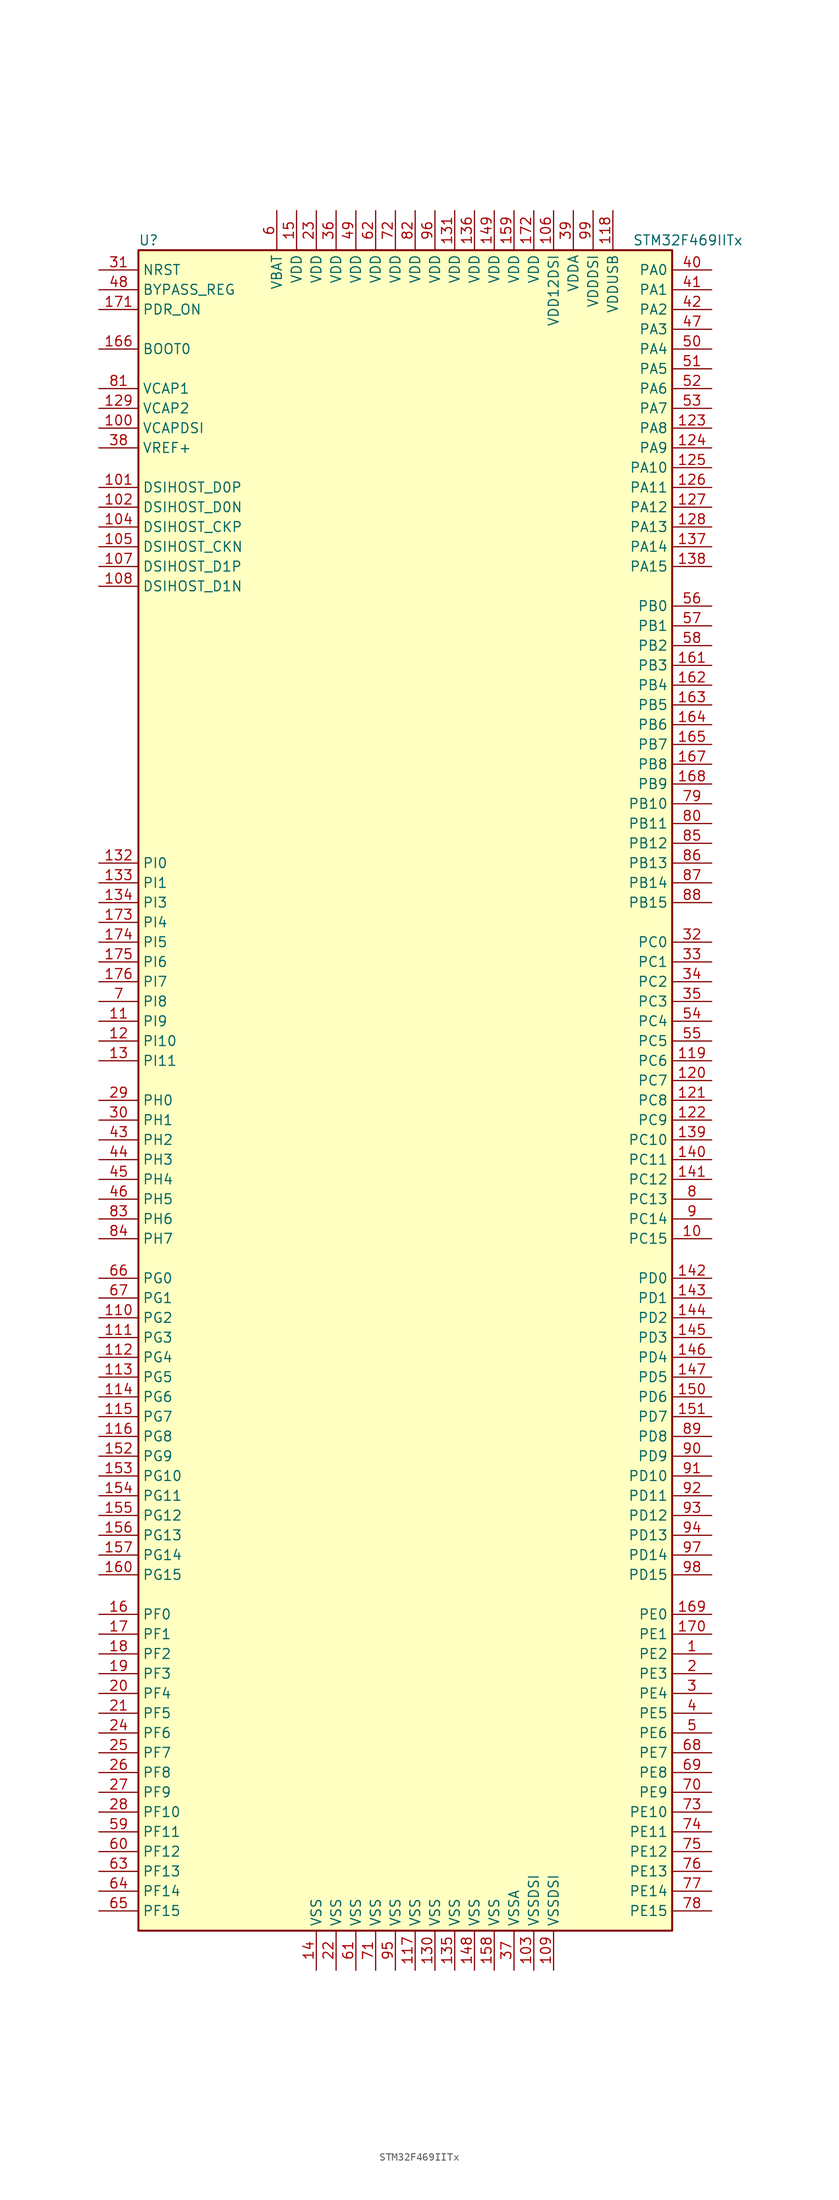
<source format=kicad_sym>
(kicad_symbol_lib
  (version 20211014)
  (generator kicad_symbol_editor)
  (symbol "STM32F469IITx"
    (property "Reference" "U"
      (at -35.56 107.95 0)
      (effects (font (size 1.27 1.27)) (justify left)))
    (property "Value" "STM32F469IITx"
      (at 27.94 107.95 0)
      (effects (font (size 1.27 1.27)) (justify left)))
    (symbol "STM32F469IITx_0_1"
      (rectangle (start -35.56 -109.22) (end 33.02 106.68) (stroke (width 0.254) (type default) (color 0 0 0 0)) (fill (type background))))
    (symbol "STM32F469IITx_1_1"
      (pin bidirectional line (at 38.1 -73.66 180) (length 5.08) (name "PE2" (effects (font (size 1.27 1.27)))) (number "1" (effects (font (size 1.27 1.27)))))
      (pin bidirectional line (at 38.1 -20.32 180) (length 5.08) (name "PC15" (effects (font (size 1.27 1.27)))) (number "10" (effects (font (size 1.27 1.27)))))
      (pin power_in line (at -40.64 83.82 0) (length 5.08) (name "VCAPDSI" (effects (font (size 1.27 1.27)))) (number "100" (effects (font (size 1.27 1.27)))))
      (pin bidirectional line (at -40.64 76.2 0) (length 5.08) (name "DSIHOST_D0P" (effects (font (size 1.27 1.27)))) (number "101" (effects (font (size 1.27 1.27)))))
      (pin bidirectional line (at -40.64 73.66 0) (length 5.08) (name "DSIHOST_D0N" (effects (font (size 1.27 1.27)))) (number "102" (effects (font (size 1.27 1.27)))))
      (pin power_in line (at 15.24 -114.3 90) (length 5.08) (name "VSSDSI" (effects (font (size 1.27 1.27)))) (number "103" (effects (font (size 1.27 1.27)))))
      (pin bidirectional line (at -40.64 71.12 0) (length 5.08) (name "DSIHOST_CKP" (effects (font (size 1.27 1.27)))) (number "104" (effects (font (size 1.27 1.27)))))
      (pin bidirectional line (at -40.64 68.58 0) (length 5.08) (name "DSIHOST_CKN" (effects (font (size 1.27 1.27)))) (number "105" (effects (font (size 1.27 1.27)))))
      (pin power_in line (at 17.78 111.76 270) (length 5.08) (name "VDD12DSI" (effects (font (size 1.27 1.27)))) (number "106" (effects (font (size 1.27 1.27)))))
      (pin bidirectional line (at -40.64 66.04 0) (length 5.08) (name "DSIHOST_D1P" (effects (font (size 1.27 1.27)))) (number "107" (effects (font (size 1.27 1.27)))))
      (pin bidirectional line (at -40.64 63.5 0) (length 5.08) (name "DSIHOST_D1N" (effects (font (size 1.27 1.27)))) (number "108" (effects (font (size 1.27 1.27)))))
      (pin power_in line (at 17.78 -114.3 90) (length 5.08) (name "VSSDSI" (effects (font (size 1.27 1.27)))) (number "109" (effects (font (size 1.27 1.27)))))
      (pin bidirectional line (at -40.64 7.62 0) (length 5.08) (name "PI9" (effects (font (size 1.27 1.27)))) (number "11" (effects (font (size 1.27 1.27)))))
      (pin bidirectional line (at -40.64 -30.48 0) (length 5.08) (name "PG2" (effects (font (size 1.27 1.27)))) (number "110" (effects (font (size 1.27 1.27)))))
      (pin bidirectional line (at -40.64 -33.02 0) (length 5.08) (name "PG3" (effects (font (size 1.27 1.27)))) (number "111" (effects (font (size 1.27 1.27)))))
      (pin bidirectional line (at -40.64 -35.56 0) (length 5.08) (name "PG4" (effects (font (size 1.27 1.27)))) (number "112" (effects (font (size 1.27 1.27)))))
      (pin bidirectional line (at -40.64 -38.1 0) (length 5.08) (name "PG5" (effects (font (size 1.27 1.27)))) (number "113" (effects (font (size 1.27 1.27)))))
      (pin bidirectional line (at -40.64 -40.64 0) (length 5.08) (name "PG6" (effects (font (size 1.27 1.27)))) (number "114" (effects (font (size 1.27 1.27)))))
      (pin bidirectional line (at -40.64 -43.18 0) (length 5.08) (name "PG7" (effects (font (size 1.27 1.27)))) (number "115" (effects (font (size 1.27 1.27)))))
      (pin bidirectional line (at -40.64 -45.72 0) (length 5.08) (name "PG8" (effects (font (size 1.27 1.27)))) (number "116" (effects (font (size 1.27 1.27)))))
      (pin power_in line (at 0 -114.3 90) (length 5.08) (name "VSS" (effects (font (size 1.27 1.27)))) (number "117" (effects (font (size 1.27 1.27)))))
      (pin power_in line (at 25.4 111.76 270) (length 5.08) (name "VDDUSB" (effects (font (size 1.27 1.27)))) (number "118" (effects (font (size 1.27 1.27)))))
      (pin bidirectional line (at 38.1 2.54 180) (length 5.08) (name "PC6" (effects (font (size 1.27 1.27)))) (number "119" (effects (font (size 1.27 1.27)))))
      (pin bidirectional line (at -40.64 5.08 0) (length 5.08) (name "PI10" (effects (font (size 1.27 1.27)))) (number "12" (effects (font (size 1.27 1.27)))))
      (pin bidirectional line (at 38.1 0 180) (length 5.08) (name "PC7" (effects (font (size 1.27 1.27)))) (number "120" (effects (font (size 1.27 1.27)))))
      (pin bidirectional line (at 38.1 -2.54 180) (length 5.08) (name "PC8" (effects (font (size 1.27 1.27)))) (number "121" (effects (font (size 1.27 1.27)))))
      (pin bidirectional line (at 38.1 -5.08 180) (length 5.08) (name "PC9" (effects (font (size 1.27 1.27)))) (number "122" (effects (font (size 1.27 1.27)))))
      (pin bidirectional line (at 38.1 83.82 180) (length 5.08) (name "PA8" (effects (font (size 1.27 1.27)))) (number "123" (effects (font (size 1.27 1.27)))))
      (pin bidirectional line (at 38.1 81.28 180) (length 5.08) (name "PA9" (effects (font (size 1.27 1.27)))) (number "124" (effects (font (size 1.27 1.27)))))
      (pin bidirectional line (at 38.1 78.74 180) (length 5.08) (name "PA10" (effects (font (size 1.27 1.27)))) (number "125" (effects (font (size 1.27 1.27)))))
      (pin bidirectional line (at 38.1 76.2 180) (length 5.08) (name "PA11" (effects (font (size 1.27 1.27)))) (number "126" (effects (font (size 1.27 1.27)))))
      (pin bidirectional line (at 38.1 73.66 180) (length 5.08) (name "PA12" (effects (font (size 1.27 1.27)))) (number "127" (effects (font (size 1.27 1.27)))))
      (pin bidirectional line (at 38.1 71.12 180) (length 5.08) (name "PA13" (effects (font (size 1.27 1.27)))) (number "128" (effects (font (size 1.27 1.27)))))
      (pin power_in line (at -40.64 86.36 0) (length 5.08) (name "VCAP2" (effects (font (size 1.27 1.27)))) (number "129" (effects (font (size 1.27 1.27)))))
      (pin bidirectional line (at -40.64 2.54 0) (length 5.08) (name "PI11" (effects (font (size 1.27 1.27)))) (number "13" (effects (font (size 1.27 1.27)))))
      (pin power_in line (at 2.54 -114.3 90) (length 5.08) (name "VSS" (effects (font (size 1.27 1.27)))) (number "130" (effects (font (size 1.27 1.27)))))
      (pin power_in line (at 5.08 111.76 270) (length 5.08) (name "VDD" (effects (font (size 1.27 1.27)))) (number "131" (effects (font (size 1.27 1.27)))))
      (pin bidirectional line (at -40.64 27.94 0) (length 5.08) (name "PI0" (effects (font (size 1.27 1.27)))) (number "132" (effects (font (size 1.27 1.27)))))
      (pin bidirectional line (at -40.64 25.4 0) (length 5.08) (name "PI1" (effects (font (size 1.27 1.27)))) (number "133" (effects (font (size 1.27 1.27)))))
      (pin bidirectional line (at -40.64 22.86 0) (length 5.08) (name "PI3" (effects (font (size 1.27 1.27)))) (number "134" (effects (font (size 1.27 1.27)))))
      (pin power_in line (at 5.08 -114.3 90) (length 5.08) (name "VSS" (effects (font (size 1.27 1.27)))) (number "135" (effects (font (size 1.27 1.27)))))
      (pin power_in line (at 7.62 111.76 270) (length 5.08) (name "VDD" (effects (font (size 1.27 1.27)))) (number "136" (effects (font (size 1.27 1.27)))))
      (pin bidirectional line (at 38.1 68.58 180) (length 5.08) (name "PA14" (effects (font (size 1.27 1.27)))) (number "137" (effects (font (size 1.27 1.27)))))
      (pin bidirectional line (at 38.1 66.04 180) (length 5.08) (name "PA15" (effects (font (size 1.27 1.27)))) (number "138" (effects (font (size 1.27 1.27)))))
      (pin bidirectional line (at 38.1 -7.62 180) (length 5.08) (name "PC10" (effects (font (size 1.27 1.27)))) (number "139" (effects (font (size 1.27 1.27)))))
      (pin power_in line (at -12.7 -114.3 90) (length 5.08) (name "VSS" (effects (font (size 1.27 1.27)))) (number "14" (effects (font (size 1.27 1.27)))))
      (pin bidirectional line (at 38.1 -10.16 180) (length 5.08) (name "PC11" (effects (font (size 1.27 1.27)))) (number "140" (effects (font (size 1.27 1.27)))))
      (pin bidirectional line (at 38.1 -12.7 180) (length 5.08) (name "PC12" (effects (font (size 1.27 1.27)))) (number "141" (effects (font (size 1.27 1.27)))))
      (pin bidirectional line (at 38.1 -25.4 180) (length 5.08) (name "PD0" (effects (font (size 1.27 1.27)))) (number "142" (effects (font (size 1.27 1.27)))))
      (pin bidirectional line (at 38.1 -27.94 180) (length 5.08) (name "PD1" (effects (font (size 1.27 1.27)))) (number "143" (effects (font (size 1.27 1.27)))))
      (pin bidirectional line (at 38.1 -30.48 180) (length 5.08) (name "PD2" (effects (font (size 1.27 1.27)))) (number "144" (effects (font (size 1.27 1.27)))))
      (pin bidirectional line (at 38.1 -33.02 180) (length 5.08) (name "PD3" (effects (font (size 1.27 1.27)))) (number "145" (effects (font (size 1.27 1.27)))))
      (pin bidirectional line (at 38.1 -35.56 180) (length 5.08) (name "PD4" (effects (font (size 1.27 1.27)))) (number "146" (effects (font (size 1.27 1.27)))))
      (pin bidirectional line (at 38.1 -38.1 180) (length 5.08) (name "PD5" (effects (font (size 1.27 1.27)))) (number "147" (effects (font (size 1.27 1.27)))))
      (pin power_in line (at 7.62 -114.3 90) (length 5.08) (name "VSS" (effects (font (size 1.27 1.27)))) (number "148" (effects (font (size 1.27 1.27)))))
      (pin power_in line (at 10.16 111.76 270) (length 5.08) (name "VDD" (effects (font (size 1.27 1.27)))) (number "149" (effects (font (size 1.27 1.27)))))
      (pin power_in line (at -15.24 111.76 270) (length 5.08) (name "VDD" (effects (font (size 1.27 1.27)))) (number "15" (effects (font (size 1.27 1.27)))))
      (pin bidirectional line (at 38.1 -40.64 180) (length 5.08) (name "PD6" (effects (font (size 1.27 1.27)))) (number "150" (effects (font (size 1.27 1.27)))))
      (pin bidirectional line (at 38.1 -43.18 180) (length 5.08) (name "PD7" (effects (font (size 1.27 1.27)))) (number "151" (effects (font (size 1.27 1.27)))))
      (pin bidirectional line (at -40.64 -48.26 0) (length 5.08) (name "PG9" (effects (font (size 1.27 1.27)))) (number "152" (effects (font (size 1.27 1.27)))))
      (pin bidirectional line (at -40.64 -50.8 0) (length 5.08) (name "PG10" (effects (font (size 1.27 1.27)))) (number "153" (effects (font (size 1.27 1.27)))))
      (pin bidirectional line (at -40.64 -53.34 0) (length 5.08) (name "PG11" (effects (font (size 1.27 1.27)))) (number "154" (effects (font (size 1.27 1.27)))))
      (pin bidirectional line (at -40.64 -55.88 0) (length 5.08) (name "PG12" (effects (font (size 1.27 1.27)))) (number "155" (effects (font (size 1.27 1.27)))))
      (pin bidirectional line (at -40.64 -58.42 0) (length 5.08) (name "PG13" (effects (font (size 1.27 1.27)))) (number "156" (effects (font (size 1.27 1.27)))))
      (pin bidirectional line (at -40.64 -60.96 0) (length 5.08) (name "PG14" (effects (font (size 1.27 1.27)))) (number "157" (effects (font (size 1.27 1.27)))))
      (pin power_in line (at 10.16 -114.3 90) (length 5.08) (name "VSS" (effects (font (size 1.27 1.27)))) (number "158" (effects (font (size 1.27 1.27)))))
      (pin power_in line (at 12.7 111.76 270) (length 5.08) (name "VDD" (effects (font (size 1.27 1.27)))) (number "159" (effects (font (size 1.27 1.27)))))
      (pin bidirectional line (at -40.64 -68.58 0) (length 5.08) (name "PF0" (effects (font (size 1.27 1.27)))) (number "16" (effects (font (size 1.27 1.27)))))
      (pin bidirectional line (at -40.64 -63.5 0) (length 5.08) (name "PG15" (effects (font (size 1.27 1.27)))) (number "160" (effects (font (size 1.27 1.27)))))
      (pin bidirectional line (at 38.1 53.34 180) (length 5.08) (name "PB3" (effects (font (size 1.27 1.27)))) (number "161" (effects (font (size 1.27 1.27)))))
      (pin bidirectional line (at 38.1 50.8 180) (length 5.08) (name "PB4" (effects (font (size 1.27 1.27)))) (number "162" (effects (font (size 1.27 1.27)))))
      (pin bidirectional line (at 38.1 48.26 180) (length 5.08) (name "PB5" (effects (font (size 1.27 1.27)))) (number "163" (effects (font (size 1.27 1.27)))))
      (pin bidirectional line (at 38.1 45.72 180) (length 5.08) (name "PB6" (effects (font (size 1.27 1.27)))) (number "164" (effects (font (size 1.27 1.27)))))
      (pin bidirectional line (at 38.1 43.18 180) (length 5.08) (name "PB7" (effects (font (size 1.27 1.27)))) (number "165" (effects (font (size 1.27 1.27)))))
      (pin input line (at -40.64 93.98 0) (length 5.08) (name "BOOT0" (effects (font (size 1.27 1.27)))) (number "166" (effects (font (size 1.27 1.27)))))
      (pin bidirectional line (at 38.1 40.64 180) (length 5.08) (name "PB8" (effects (font (size 1.27 1.27)))) (number "167" (effects (font (size 1.27 1.27)))))
      (pin bidirectional line (at 38.1 38.1 180) (length 5.08) (name "PB9" (effects (font (size 1.27 1.27)))) (number "168" (effects (font (size 1.27 1.27)))))
      (pin bidirectional line (at 38.1 -68.58 180) (length 5.08) (name "PE0" (effects (font (size 1.27 1.27)))) (number "169" (effects (font (size 1.27 1.27)))))
      (pin bidirectional line (at -40.64 -71.12 0) (length 5.08) (name "PF1" (effects (font (size 1.27 1.27)))) (number "17" (effects (font (size 1.27 1.27)))))
      (pin bidirectional line (at 38.1 -71.12 180) (length 5.08) (name "PE1" (effects (font (size 1.27 1.27)))) (number "170" (effects (font (size 1.27 1.27)))))
      (pin input line (at -40.64 99.06 0) (length 5.08) (name "PDR_ON" (effects (font (size 1.27 1.27)))) (number "171" (effects (font (size 1.27 1.27)))))
      (pin power_in line (at 15.24 111.76 270) (length 5.08) (name "VDD" (effects (font (size 1.27 1.27)))) (number "172" (effects (font (size 1.27 1.27)))))
      (pin bidirectional line (at -40.64 20.32 0) (length 5.08) (name "PI4" (effects (font (size 1.27 1.27)))) (number "173" (effects (font (size 1.27 1.27)))))
      (pin bidirectional line (at -40.64 17.78 0) (length 5.08) (name "PI5" (effects (font (size 1.27 1.27)))) (number "174" (effects (font (size 1.27 1.27)))))
      (pin bidirectional line (at -40.64 15.24 0) (length 5.08) (name "PI6" (effects (font (size 1.27 1.27)))) (number "175" (effects (font (size 1.27 1.27)))))
      (pin bidirectional line (at -40.64 12.7 0) (length 5.08) (name "PI7" (effects (font (size 1.27 1.27)))) (number "176" (effects (font (size 1.27 1.27)))))
      (pin bidirectional line (at -40.64 -73.66 0) (length 5.08) (name "PF2" (effects (font (size 1.27 1.27)))) (number "18" (effects (font (size 1.27 1.27)))))
      (pin bidirectional line (at -40.64 -76.2 0) (length 5.08) (name "PF3" (effects (font (size 1.27 1.27)))) (number "19" (effects (font (size 1.27 1.27)))))
      (pin bidirectional line (at 38.1 -76.2 180) (length 5.08) (name "PE3" (effects (font (size 1.27 1.27)))) (number "2" (effects (font (size 1.27 1.27)))))
      (pin bidirectional line (at -40.64 -78.74 0) (length 5.08) (name "PF4" (effects (font (size 1.27 1.27)))) (number "20" (effects (font (size 1.27 1.27)))))
      (pin bidirectional line (at -40.64 -81.28 0) (length 5.08) (name "PF5" (effects (font (size 1.27 1.27)))) (number "21" (effects (font (size 1.27 1.27)))))
      (pin power_in line (at -10.16 -114.3 90) (length 5.08) (name "VSS" (effects (font (size 1.27 1.27)))) (number "22" (effects (font (size 1.27 1.27)))))
      (pin power_in line (at -12.7 111.76 270) (length 5.08) (name "VDD" (effects (font (size 1.27 1.27)))) (number "23" (effects (font (size 1.27 1.27)))))
      (pin bidirectional line (at -40.64 -83.82 0) (length 5.08) (name "PF6" (effects (font (size 1.27 1.27)))) (number "24" (effects (font (size 1.27 1.27)))))
      (pin bidirectional line (at -40.64 -86.36 0) (length 5.08) (name "PF7" (effects (font (size 1.27 1.27)))) (number "25" (effects (font (size 1.27 1.27)))))
      (pin bidirectional line (at -40.64 -88.9 0) (length 5.08) (name "PF8" (effects (font (size 1.27 1.27)))) (number "26" (effects (font (size 1.27 1.27)))))
      (pin bidirectional line (at -40.64 -91.44 0) (length 5.08) (name "PF9" (effects (font (size 1.27 1.27)))) (number "27" (effects (font (size 1.27 1.27)))))
      (pin bidirectional line (at -40.64 -93.98 0) (length 5.08) (name "PF10" (effects (font (size 1.27 1.27)))) (number "28" (effects (font (size 1.27 1.27)))))
      (pin input line (at -40.64 -2.54 0) (length 5.08) (name "PH0" (effects (font (size 1.27 1.27)))) (number "29" (effects (font (size 1.27 1.27)))))
      (pin bidirectional line (at 38.1 -78.74 180) (length 5.08) (name "PE4" (effects (font (size 1.27 1.27)))) (number "3" (effects (font (size 1.27 1.27)))))
      (pin input line (at -40.64 -5.08 0) (length 5.08) (name "PH1" (effects (font (size 1.27 1.27)))) (number "30" (effects (font (size 1.27 1.27)))))
      (pin input line (at -40.64 104.14 0) (length 5.08) (name "NRST" (effects (font (size 1.27 1.27)))) (number "31" (effects (font (size 1.27 1.27)))))
      (pin bidirectional line (at 38.1 17.78 180) (length 5.08) (name "PC0" (effects (font (size 1.27 1.27)))) (number "32" (effects (font (size 1.27 1.27)))))
      (pin bidirectional line (at 38.1 15.24 180) (length 5.08) (name "PC1" (effects (font (size 1.27 1.27)))) (number "33" (effects (font (size 1.27 1.27)))))
      (pin bidirectional line (at 38.1 12.7 180) (length 5.08) (name "PC2" (effects (font (size 1.27 1.27)))) (number "34" (effects (font (size 1.27 1.27)))))
      (pin bidirectional line (at 38.1 10.16 180) (length 5.08) (name "PC3" (effects (font (size 1.27 1.27)))) (number "35" (effects (font (size 1.27 1.27)))))
      (pin power_in line (at -10.16 111.76 270) (length 5.08) (name "VDD" (effects (font (size 1.27 1.27)))) (number "36" (effects (font (size 1.27 1.27)))))
      (pin power_in line (at 12.7 -114.3 90) (length 5.08) (name "VSSA" (effects (font (size 1.27 1.27)))) (number "37" (effects (font (size 1.27 1.27)))))
      (pin power_in line (at -40.64 81.28 0) (length 5.08) (name "VREF+" (effects (font (size 1.27 1.27)))) (number "38" (effects (font (size 1.27 1.27)))))
      (pin power_in line (at 20.32 111.76 270) (length 5.08) (name "VDDA" (effects (font (size 1.27 1.27)))) (number "39" (effects (font (size 1.27 1.27)))))
      (pin bidirectional line (at 38.1 -81.28 180) (length 5.08) (name "PE5" (effects (font (size 1.27 1.27)))) (number "4" (effects (font (size 1.27 1.27)))))
      (pin bidirectional line (at 38.1 104.14 180) (length 5.08) (name "PA0" (effects (font (size 1.27 1.27)))) (number "40" (effects (font (size 1.27 1.27)))))
      (pin bidirectional line (at 38.1 101.6 180) (length 5.08) (name "PA1" (effects (font (size 1.27 1.27)))) (number "41" (effects (font (size 1.27 1.27)))))
      (pin bidirectional line (at 38.1 99.06 180) (length 5.08) (name "PA2" (effects (font (size 1.27 1.27)))) (number "42" (effects (font (size 1.27 1.27)))))
      (pin bidirectional line (at -40.64 -7.62 0) (length 5.08) (name "PH2" (effects (font (size 1.27 1.27)))) (number "43" (effects (font (size 1.27 1.27)))))
      (pin bidirectional line (at -40.64 -10.16 0) (length 5.08) (name "PH3" (effects (font (size 1.27 1.27)))) (number "44" (effects (font (size 1.27 1.27)))))
      (pin bidirectional line (at -40.64 -12.7 0) (length 5.08) (name "PH4" (effects (font (size 1.27 1.27)))) (number "45" (effects (font (size 1.27 1.27)))))
      (pin bidirectional line (at -40.64 -15.24 0) (length 5.08) (name "PH5" (effects (font (size 1.27 1.27)))) (number "46" (effects (font (size 1.27 1.27)))))
      (pin bidirectional line (at 38.1 96.52 180) (length 5.08) (name "PA3" (effects (font (size 1.27 1.27)))) (number "47" (effects (font (size 1.27 1.27)))))
      (pin input line (at -40.64 101.6 0) (length 5.08) (name "BYPASS_REG" (effects (font (size 1.27 1.27)))) (number "48" (effects (font (size 1.27 1.27)))))
      (pin power_in line (at -7.62 111.76 270) (length 5.08) (name "VDD" (effects (font (size 1.27 1.27)))) (number "49" (effects (font (size 1.27 1.27)))))
      (pin bidirectional line (at 38.1 -83.82 180) (length 5.08) (name "PE6" (effects (font (size 1.27 1.27)))) (number "5" (effects (font (size 1.27 1.27)))))
      (pin bidirectional line (at 38.1 93.98 180) (length 5.08) (name "PA4" (effects (font (size 1.27 1.27)))) (number "50" (effects (font (size 1.27 1.27)))))
      (pin bidirectional line (at 38.1 91.44 180) (length 5.08) (name "PA5" (effects (font (size 1.27 1.27)))) (number "51" (effects (font (size 1.27 1.27)))))
      (pin bidirectional line (at 38.1 88.9 180) (length 5.08) (name "PA6" (effects (font (size 1.27 1.27)))) (number "52" (effects (font (size 1.27 1.27)))))
      (pin bidirectional line (at 38.1 86.36 180) (length 5.08) (name "PA7" (effects (font (size 1.27 1.27)))) (number "53" (effects (font (size 1.27 1.27)))))
      (pin bidirectional line (at 38.1 7.62 180) (length 5.08) (name "PC4" (effects (font (size 1.27 1.27)))) (number "54" (effects (font (size 1.27 1.27)))))
      (pin bidirectional line (at 38.1 5.08 180) (length 5.08) (name "PC5" (effects (font (size 1.27 1.27)))) (number "55" (effects (font (size 1.27 1.27)))))
      (pin bidirectional line (at 38.1 60.96 180) (length 5.08) (name "PB0" (effects (font (size 1.27 1.27)))) (number "56" (effects (font (size 1.27 1.27)))))
      (pin bidirectional line (at 38.1 58.42 180) (length 5.08) (name "PB1" (effects (font (size 1.27 1.27)))) (number "57" (effects (font (size 1.27 1.27)))))
      (pin bidirectional line (at 38.1 55.88 180) (length 5.08) (name "PB2" (effects (font (size 1.27 1.27)))) (number "58" (effects (font (size 1.27 1.27)))))
      (pin bidirectional line (at -40.64 -96.52 0) (length 5.08) (name "PF11" (effects (font (size 1.27 1.27)))) (number "59" (effects (font (size 1.27 1.27)))))
      (pin power_in line (at -17.78 111.76 270) (length 5.08) (name "VBAT" (effects (font (size 1.27 1.27)))) (number "6" (effects (font (size 1.27 1.27)))))
      (pin bidirectional line (at -40.64 -99.06 0) (length 5.08) (name "PF12" (effects (font (size 1.27 1.27)))) (number "60" (effects (font (size 1.27 1.27)))))
      (pin power_in line (at -7.62 -114.3 90) (length 5.08) (name "VSS" (effects (font (size 1.27 1.27)))) (number "61" (effects (font (size 1.27 1.27)))))
      (pin power_in line (at -5.08 111.76 270) (length 5.08) (name "VDD" (effects (font (size 1.27 1.27)))) (number "62" (effects (font (size 1.27 1.27)))))
      (pin bidirectional line (at -40.64 -101.6 0) (length 5.08) (name "PF13" (effects (font (size 1.27 1.27)))) (number "63" (effects (font (size 1.27 1.27)))))
      (pin bidirectional line (at -40.64 -104.14 0) (length 5.08) (name "PF14" (effects (font (size 1.27 1.27)))) (number "64" (effects (font (size 1.27 1.27)))))
      (pin bidirectional line (at -40.64 -106.68 0) (length 5.08) (name "PF15" (effects (font (size 1.27 1.27)))) (number "65" (effects (font (size 1.27 1.27)))))
      (pin bidirectional line (at -40.64 -25.4 0) (length 5.08) (name "PG0" (effects (font (size 1.27 1.27)))) (number "66" (effects (font (size 1.27 1.27)))))
      (pin bidirectional line (at -40.64 -27.94 0) (length 5.08) (name "PG1" (effects (font (size 1.27 1.27)))) (number "67" (effects (font (size 1.27 1.27)))))
      (pin bidirectional line (at 38.1 -86.36 180) (length 5.08) (name "PE7" (effects (font (size 1.27 1.27)))) (number "68" (effects (font (size 1.27 1.27)))))
      (pin bidirectional line (at 38.1 -88.9 180) (length 5.08) (name "PE8" (effects (font (size 1.27 1.27)))) (number "69" (effects (font (size 1.27 1.27)))))
      (pin bidirectional line (at -40.64 10.16 0) (length 5.08) (name "PI8" (effects (font (size 1.27 1.27)))) (number "7" (effects (font (size 1.27 1.27)))))
      (pin bidirectional line (at 38.1 -91.44 180) (length 5.08) (name "PE9" (effects (font (size 1.27 1.27)))) (number "70" (effects (font (size 1.27 1.27)))))
      (pin power_in line (at -5.08 -114.3 90) (length 5.08) (name "VSS" (effects (font (size 1.27 1.27)))) (number "71" (effects (font (size 1.27 1.27)))))
      (pin power_in line (at -2.54 111.76 270) (length 5.08) (name "VDD" (effects (font (size 1.27 1.27)))) (number "72" (effects (font (size 1.27 1.27)))))
      (pin bidirectional line (at 38.1 -93.98 180) (length 5.08) (name "PE10" (effects (font (size 1.27 1.27)))) (number "73" (effects (font (size 1.27 1.27)))))
      (pin bidirectional line (at 38.1 -96.52 180) (length 5.08) (name "PE11" (effects (font (size 1.27 1.27)))) (number "74" (effects (font (size 1.27 1.27)))))
      (pin bidirectional line (at 38.1 -99.06 180) (length 5.08) (name "PE12" (effects (font (size 1.27 1.27)))) (number "75" (effects (font (size 1.27 1.27)))))
      (pin bidirectional line (at 38.1 -101.6 180) (length 5.08) (name "PE13" (effects (font (size 1.27 1.27)))) (number "76" (effects (font (size 1.27 1.27)))))
      (pin bidirectional line (at 38.1 -104.14 180) (length 5.08) (name "PE14" (effects (font (size 1.27 1.27)))) (number "77" (effects (font (size 1.27 1.27)))))
      (pin bidirectional line (at 38.1 -106.68 180) (length 5.08) (name "PE15" (effects (font (size 1.27 1.27)))) (number "78" (effects (font (size 1.27 1.27)))))
      (pin bidirectional line (at 38.1 35.56 180) (length 5.08) (name "PB10" (effects (font (size 1.27 1.27)))) (number "79" (effects (font (size 1.27 1.27)))))
      (pin bidirectional line (at 38.1 -15.24 180) (length 5.08) (name "PC13" (effects (font (size 1.27 1.27)))) (number "8" (effects (font (size 1.27 1.27)))))
      (pin bidirectional line (at 38.1 33.02 180) (length 5.08) (name "PB11" (effects (font (size 1.27 1.27)))) (number "80" (effects (font (size 1.27 1.27)))))
      (pin power_in line (at -40.64 88.9 0) (length 5.08) (name "VCAP1" (effects (font (size 1.27 1.27)))) (number "81" (effects (font (size 1.27 1.27)))))
      (pin power_in line (at 0 111.76 270) (length 5.08) (name "VDD" (effects (font (size 1.27 1.27)))) (number "82" (effects (font (size 1.27 1.27)))))
      (pin bidirectional line (at -40.64 -17.78 0) (length 5.08) (name "PH6" (effects (font (size 1.27 1.27)))) (number "83" (effects (font (size 1.27 1.27)))))
      (pin bidirectional line (at -40.64 -20.32 0) (length 5.08) (name "PH7" (effects (font (size 1.27 1.27)))) (number "84" (effects (font (size 1.27 1.27)))))
      (pin bidirectional line (at 38.1 30.48 180) (length 5.08) (name "PB12" (effects (font (size 1.27 1.27)))) (number "85" (effects (font (size 1.27 1.27)))))
      (pin bidirectional line (at 38.1 27.94 180) (length 5.08) (name "PB13" (effects (font (size 1.27 1.27)))) (number "86" (effects (font (size 1.27 1.27)))))
      (pin bidirectional line (at 38.1 25.4 180) (length 5.08) (name "PB14" (effects (font (size 1.27 1.27)))) (number "87" (effects (font (size 1.27 1.27)))))
      (pin bidirectional line (at 38.1 22.86 180) (length 5.08) (name "PB15" (effects (font (size 1.27 1.27)))) (number "88" (effects (font (size 1.27 1.27)))))
      (pin bidirectional line (at 38.1 -45.72 180) (length 5.08) (name "PD8" (effects (font (size 1.27 1.27)))) (number "89" (effects (font (size 1.27 1.27)))))
      (pin bidirectional line (at 38.1 -17.78 180) (length 5.08) (name "PC14" (effects (font (size 1.27 1.27)))) (number "9" (effects (font (size 1.27 1.27)))))
      (pin bidirectional line (at 38.1 -48.26 180) (length 5.08) (name "PD9" (effects (font (size 1.27 1.27)))) (number "90" (effects (font (size 1.27 1.27)))))
      (pin bidirectional line (at 38.1 -50.8 180) (length 5.08) (name "PD10" (effects (font (size 1.27 1.27)))) (number "91" (effects (font (size 1.27 1.27)))))
      (pin bidirectional line (at 38.1 -53.34 180) (length 5.08) (name "PD11" (effects (font (size 1.27 1.27)))) (number "92" (effects (font (size 1.27 1.27)))))
      (pin bidirectional line (at 38.1 -55.88 180) (length 5.08) (name "PD12" (effects (font (size 1.27 1.27)))) (number "93" (effects (font (size 1.27 1.27)))))
      (pin bidirectional line (at 38.1 -58.42 180) (length 5.08) (name "PD13" (effects (font (size 1.27 1.27)))) (number "94" (effects (font (size 1.27 1.27)))))
      (pin power_in line (at -2.54 -114.3 90) (length 5.08) (name "VSS" (effects (font (size 1.27 1.27)))) (number "95" (effects (font (size 1.27 1.27)))))
      (pin power_in line (at 2.54 111.76 270) (length 5.08) (name "VDD" (effects (font (size 1.27 1.27)))) (number "96" (effects (font (size 1.27 1.27)))))
      (pin bidirectional line (at 38.1 -60.96 180) (length 5.08) (name "PD14" (effects (font (size 1.27 1.27)))) (number "97" (effects (font (size 1.27 1.27)))))
      (pin bidirectional line (at 38.1 -63.5 180) (length 5.08) (name "PD15" (effects (font (size 1.27 1.27)))) (number "98" (effects (font (size 1.27 1.27)))))
      (pin power_in line (at 22.86 111.76 270) (length 5.08) (name "VDDDSI" (effects (font (size 1.27 1.27)))) (number "99" (effects (font (size 1.27 1.27))))))))
</source>
